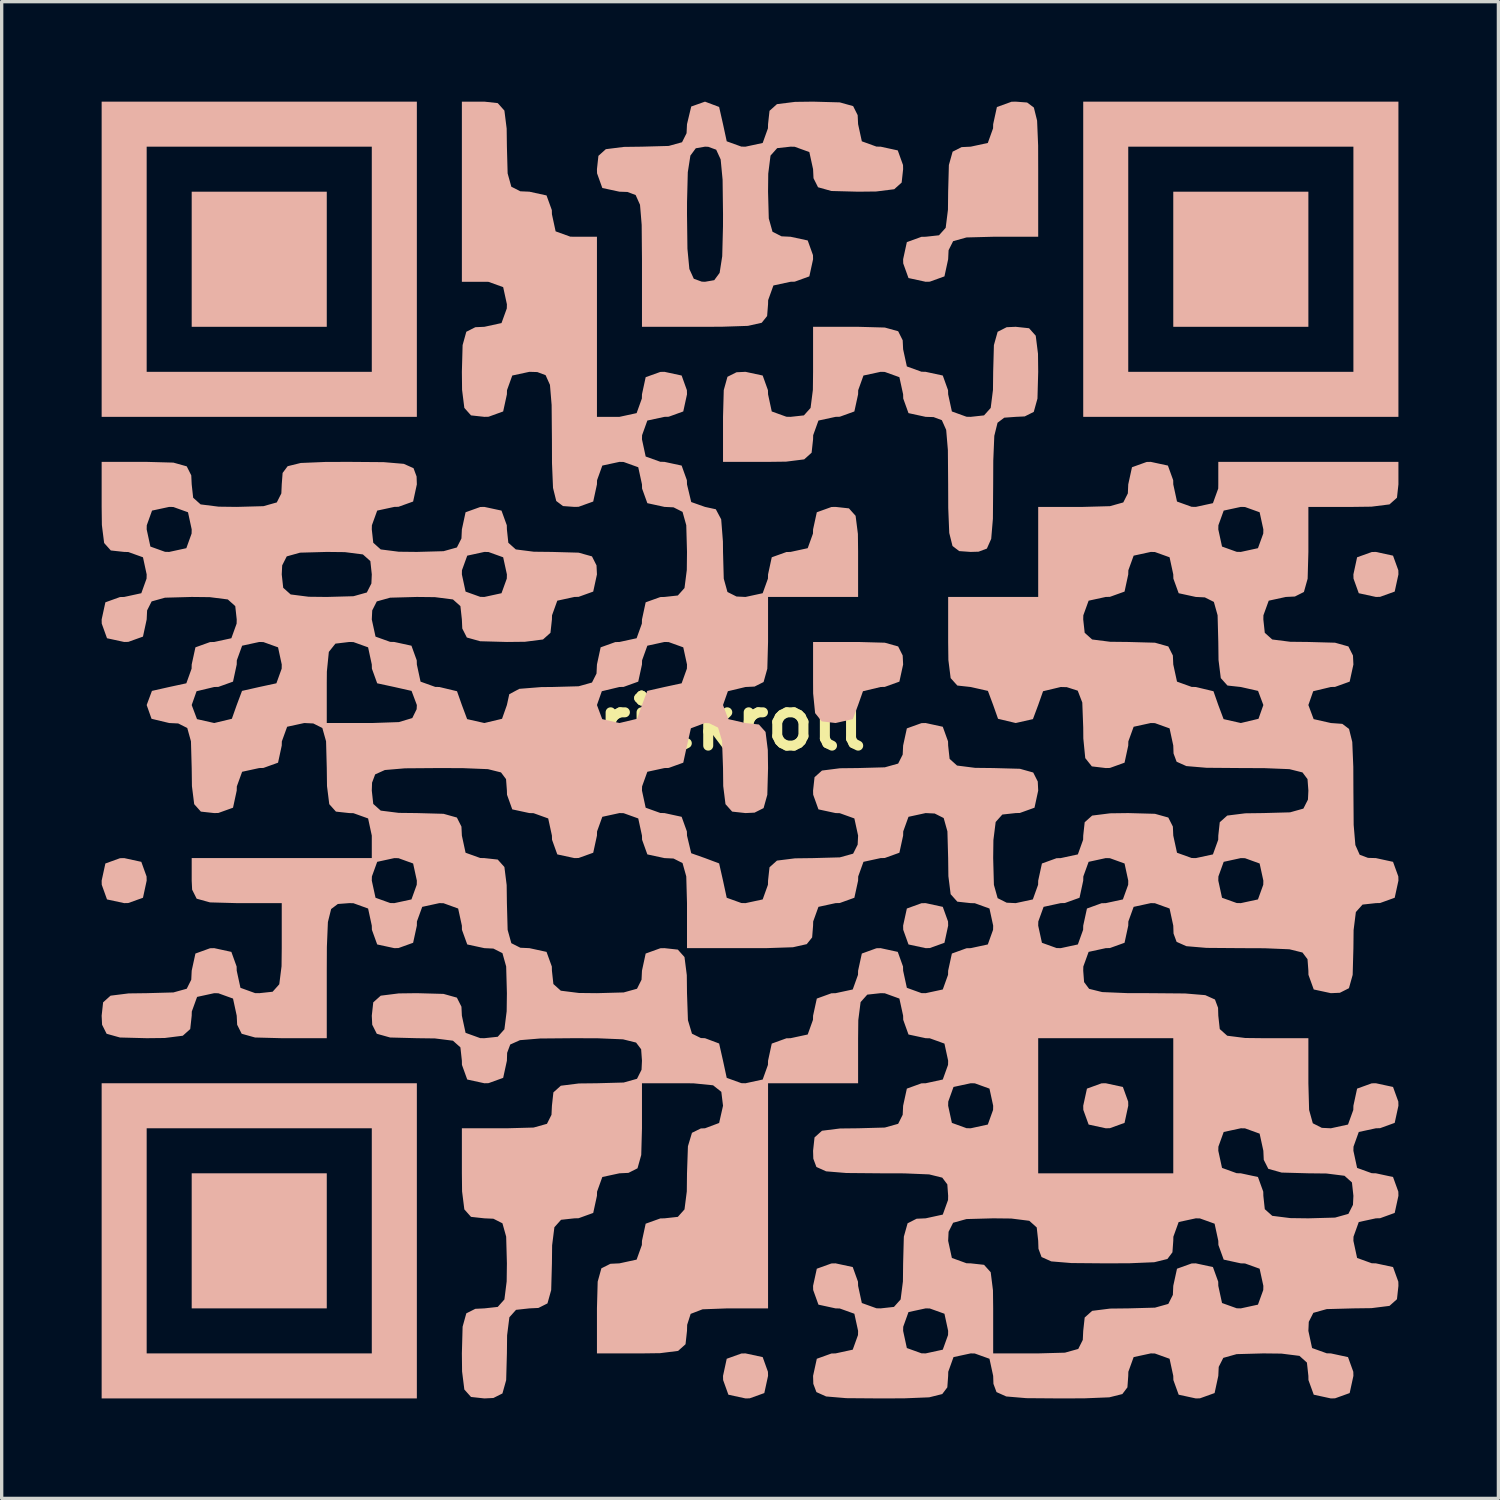
<source format=kicad_pcb>
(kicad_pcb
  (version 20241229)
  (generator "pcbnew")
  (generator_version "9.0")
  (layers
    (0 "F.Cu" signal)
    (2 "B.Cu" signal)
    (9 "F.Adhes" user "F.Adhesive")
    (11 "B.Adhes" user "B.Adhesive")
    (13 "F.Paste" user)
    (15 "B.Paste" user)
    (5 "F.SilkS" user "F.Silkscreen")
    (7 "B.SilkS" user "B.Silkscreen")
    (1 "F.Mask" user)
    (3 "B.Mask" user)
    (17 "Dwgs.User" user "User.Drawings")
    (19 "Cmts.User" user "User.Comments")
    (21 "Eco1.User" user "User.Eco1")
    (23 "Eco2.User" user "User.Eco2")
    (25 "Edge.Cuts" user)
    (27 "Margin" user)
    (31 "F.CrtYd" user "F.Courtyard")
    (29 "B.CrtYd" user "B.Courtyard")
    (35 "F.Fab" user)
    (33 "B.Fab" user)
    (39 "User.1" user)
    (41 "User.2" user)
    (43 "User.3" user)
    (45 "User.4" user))
  (footprint "rickroll"
    (layer "F.Cu")
    (at 18.915 18.645)
    (property "Reference" "rickroll" (at 0 0 0) (layer "F.SilkS") (effects (font (size 1.5 1.5) (thickness 0.3))))
    (attr board_only exclude_from_pos_files exclude_from_bom)
    (fp_poly (pts (xy -12.16 -13.916) (xy -12.16 -11.889) (xy -14.186 -11.889) (xy -16.213 -11.889) (xy -16.213 -13.916) (xy -16.213 -15.943) (xy -14.186 -15.943) (xy -12.16 -15.943)) (stroke (width 0) (type solid)) (fill yes) (layer "B.SilkS"))
    (fp_poly (pts (xy -12.16 15.537) (xy -12.16 17.564) (xy -14.186 17.564) (xy -16.213 17.564) (xy -16.213 15.537) (xy -16.213 13.511) (xy -14.186 13.511) (xy -12.16 13.511)) (stroke (width 0) (type solid)) (fill yes) (layer "B.SilkS"))
    (fp_poly (pts (xy 17.294 -13.916) (xy 17.294 -11.889) (xy 15.267 -11.889) (xy 13.24 -11.889) (xy 13.24 -13.916) (xy 13.24 -15.943) (xy 15.267 -15.943) (xy 17.294 -15.943)) (stroke (width 0) (type solid)) (fill yes) (layer "B.SilkS"))
    (fp_poly (pts (xy -17.725 4.165) (xy -17.567 4.604) (xy -17.564 4.729) (xy -17.675 5.243) (xy -18.115 5.401) (xy -18.239 5.404) (xy -18.754 5.293) (xy -18.912 4.853) (xy -18.915 4.729) (xy -18.803 4.215) (xy -18.364 4.056) (xy -18.239 4.053)) (stroke (width 0) (type solid)) (fill yes) (layer "B.SilkS"))
    (fp_poly (pts (xy 0.92 19.026) (xy 1.078 19.466) (xy 1.081 19.59) (xy 0.969 20.105) (xy 0.53 20.263) (xy 0.405 20.266) (xy -0.109 20.154) (xy -0.267 19.715) (xy -0.27 19.59) (xy -0.159 19.076) (xy 0.281 18.918) (xy 0.405 18.915)) (stroke (width 0) (type solid)) (fill yes) (layer "B.SilkS"))
    (fp_poly (pts (xy 6.324 5.516) (xy 6.482 5.955) (xy 6.485 6.08) (xy 6.374 6.594) (xy 5.934 6.752) (xy 5.81 6.755) (xy 5.295 6.644) (xy 5.137 6.204) (xy 5.134 6.08) (xy 5.246 5.566) (xy 5.685 5.407) (xy 5.81 5.404)) (stroke (width 0) (type solid)) (fill yes) (layer "B.SilkS"))
    (fp_poly (pts (xy 11.728 10.92) (xy 11.887 11.36) (xy 11.889 11.484) (xy 11.778 11.998) (xy 11.338 12.157) (xy 11.214 12.16) (xy 10.7 12.048) (xy 10.541 11.609) (xy 10.538 11.484) (xy 10.65 10.97) (xy 11.089 10.811) (xy 11.214 10.809)) (stroke (width 0) (type solid)) (fill yes) (layer "B.SilkS"))
    (fp_poly (pts (xy 19.834 -5.022) (xy 19.993 -4.583) (xy 19.996 -4.459) (xy 19.884 -3.944) (xy 19.445 -3.786) (xy 19.32 -3.783) (xy 18.806 -3.895) (xy 18.648 -4.334) (xy 18.645 -4.459) (xy 18.756 -4.973) (xy 19.196 -5.131) (xy 19.32 -5.134)) (stroke (width 0) (type solid)) (fill yes) (layer "B.SilkS"))
    (fp_poly (pts (xy 4.585 -2.41) (xy 4.985 -2.298) (xy 5.121 -2.027) (xy 5.134 -1.756) (xy 5.022 -1.242) (xy 4.583 -1.084) (xy 4.459 -1.081) (xy 3.929 -0.954) (xy 3.783 -0.54) (xy 3.625 -0.117) (xy 3.107 -0.000001) (xy 2.691 -0.05) (xy 2.493 -0.298) (xy 2.434 -0.888) (xy 2.432 -1.216) (xy 2.432 -2.432) (xy 3.783 -2.432)) (stroke (width 0) (type solid)) (fill yes) (layer "B.SilkS"))
    (fp_poly (pts (xy -9.457 -13.916) (xy -9.457 -9.187) (xy -14.186 -9.187) (xy -18.915 -9.187) (xy -18.915 -13.916) (xy -17.564 -13.916) (xy -17.564 -10.538) (xy -14.186 -10.538) (xy -10.809 -10.538) (xy -10.809 -13.916) (xy -10.809 -17.294) (xy -14.186 -17.294) (xy -17.564 -17.294) (xy -17.564 -13.916) (xy -18.915 -13.916) (xy -18.915 -18.645) (xy -14.186 -18.645) (xy -9.457 -18.645)) (stroke (width 0) (type solid)) (fill yes) (layer "B.SilkS"))
    (fp_poly (pts (xy -9.457 15.537) (xy -9.457 20.266) (xy -14.186 20.266) (xy -18.915 20.266) (xy -18.915 15.537) (xy -17.564 15.537) (xy -17.564 18.915) (xy -14.186 18.915) (xy -10.809 18.915) (xy -10.809 15.537) (xy -10.809 12.16) (xy -14.186 12.16) (xy -17.564 12.16) (xy -17.564 15.537) (xy -18.915 15.537) (xy -18.915 10.809) (xy -14.186 10.809) (xy -9.457 10.809)) (stroke (width 0) (type solid)) (fill yes) (layer "B.SilkS"))
    (fp_poly (pts (xy 19.996 -13.916) (xy 19.996 -9.187) (xy 15.267 -9.187) (xy 10.538 -9.187) (xy 10.538 -13.916) (xy 11.889 -13.916) (xy 11.889 -10.538) (xy 15.267 -10.538) (xy 18.645 -10.538) (xy 18.645 -13.916) (xy 18.645 -17.294) (xy 15.267 -17.294) (xy 11.889 -17.294) (xy 11.889 -13.916) (xy 10.538 -13.916) (xy 10.538 -18.645) (xy 15.267 -18.645) (xy 19.996 -18.645)) (stroke (width 0) (type solid)) (fill yes) (layer "B.SilkS"))
    (fp_poly (pts (xy 8.855 -18.619) (xy 9.057 -18.468) (xy 9.154 -18.076) (xy 9.185 -17.33) (xy 9.187 -16.618) (xy 9.187 -14.591) (xy 7.836 -14.591) (xy 7.034 -14.57) (xy 6.634 -14.458) (xy 6.498 -14.187) (xy 6.485 -13.916) (xy 6.374 -13.402) (xy 5.934 -13.243) (xy 5.81 -13.24) (xy 5.295 -13.352) (xy 5.137 -13.791) (xy 5.134 -13.916) (xy 5.246 -14.43) (xy 5.685 -14.589) (xy 5.81 -14.591) (xy 6.21 -14.635) (xy 6.411 -14.859) (xy 6.479 -15.4) (xy 6.485 -15.943) (xy 6.507 -16.744) (xy 6.619 -17.144) (xy 6.89 -17.281) (xy 7.161 -17.294) (xy 7.675 -17.405) (xy 7.833 -17.845) (xy 7.836 -17.969) (xy 7.948 -18.483) (xy 8.387 -18.642) (xy 8.512 -18.645)) (stroke (width 0) (type solid)) (fill yes) (layer "B.SilkS"))
    (fp_poly (pts (xy 4.585 -11.867) (xy 4.985 -11.756) (xy 5.121 -11.485) (xy 5.134 -11.214) (xy 5.246 -10.7) (xy 5.685 -10.541) (xy 5.81 -10.538) (xy 6.324 -10.427) (xy 6.482 -9.987) (xy 6.485 -9.863) (xy 6.597 -9.349) (xy 7.036 -9.19) (xy 7.161 -9.187) (xy 7.562 -9.231) (xy 7.762 -9.455) (xy 7.83 -9.996) (xy 7.836 -10.538) (xy 7.858 -11.34) (xy 7.97 -11.74) (xy 8.241 -11.877) (xy 8.512 -11.889) (xy 8.913 -11.846) (xy 9.113 -11.622) (xy 9.181 -11.081) (xy 9.187 -10.538) (xy 9.165 -9.736) (xy 9.054 -9.336) (xy 8.783 -9.2) (xy 8.512 -9.187) (xy 8.168 -9.162) (xy 7.967 -9.01) (xy 7.87 -8.618) (xy 7.839 -7.872) (xy 7.836 -7.161) (xy 7.828 -6.13) (xy 7.777 -5.526) (xy 7.647 -5.234) (xy 7.398 -5.141) (xy 7.161 -5.134) (xy 6.817 -5.159) (xy 6.616 -5.311) (xy 6.518 -5.703) (xy 6.488 -6.449) (xy 6.485 -7.161) (xy 6.477 -8.191) (xy 6.426 -8.796) (xy 6.296 -9.087) (xy 6.047 -9.18) (xy 5.81 -9.187) (xy 5.295 -9.299) (xy 5.137 -9.738) (xy 5.134 -9.863) (xy 5.022 -10.377) (xy 4.583 -10.535) (xy 4.459 -10.538) (xy 3.944 -10.427) (xy 3.786 -9.987) (xy 3.783 -9.863) (xy 3.671 -9.349) (xy 3.232 -9.19) (xy 3.107 -9.187) (xy 2.593 -9.076) (xy 2.435 -8.636) (xy 2.432 -8.512) (xy 2.388 -8.111) (xy 2.165 -7.911) (xy 1.623 -7.843) (xy 1.081 -7.836) (xy -0.27 -7.836) (xy -0.27 -9.187) (xy -0.248 -9.989) (xy -0.137 -10.389) (xy 0.134 -10.525) (xy 0.405 -10.538) (xy 0.92 -10.427) (xy 1.078 -9.987) (xy 1.081 -9.863) (xy 1.192 -9.349) (xy 1.632 -9.19) (xy 1.756 -9.187) (xy 2.157 -9.231) (xy 2.357 -9.455) (xy 2.426 -9.996) (xy 2.432 -10.538) (xy 2.432 -11.889) (xy 3.783 -11.889)) (stroke (width 0) (type solid)) (fill yes) (layer "B.SilkS"))
    (fp_poly (pts (xy 3.234 -18.623) (xy 3.634 -18.511) (xy 3.77 -18.24) (xy 3.783 -17.969) (xy 3.895 -17.455) (xy 4.334 -17.296) (xy 4.459 -17.294) (xy 4.973 -17.182) (xy 5.131 -16.743) (xy 5.134 -16.618) (xy 5.09 -16.217) (xy 4.867 -16.017) (xy 4.325 -15.949) (xy 3.783 -15.943) (xy 2.981 -15.964) (xy 2.581 -16.076) (xy 2.445 -16.347) (xy 2.432 -16.618) (xy 2.32 -17.132) (xy 1.881 -17.291) (xy 1.756 -17.294) (xy 1.355 -17.25) (xy 1.155 -17.026) (xy 1.087 -16.485) (xy 1.081 -15.943) (xy 1.103 -15.141) (xy 1.215 -14.741) (xy 1.485 -14.604) (xy 1.756 -14.591) (xy 2.271 -14.48) (xy 2.429 -14.04) (xy 2.432 -13.916) (xy 2.32 -13.402) (xy 1.881 -13.243) (xy 1.756 -13.24) (xy 1.242 -13.129) (xy 1.084 -12.689) (xy 1.081 -12.565) (xy 1.053 -12.212) (xy 0.891 -12.01) (xy 0.477 -11.917) (xy -0.306 -11.891) (xy -0.811 -11.889) (xy -2.702 -11.889) (xy -2.702 -13.916) (xy -2.711 -14.947) (xy -2.737 -15.267) (xy -1.351 -15.267) (xy -1.338 -14.231) (xy -1.28 -13.623) (xy -1.147 -13.331) (xy -0.908 -13.244) (xy -0.811 -13.24) (xy -0.534 -13.288) (xy -0.372 -13.507) (xy -0.294 -14.007) (xy -0.271 -14.902) (xy -0.27 -15.267) (xy -0.283 -16.303) (xy -0.341 -16.911) (xy -0.475 -17.203) (xy -0.713 -17.29) (xy -0.811 -17.294) (xy -1.087 -17.246) (xy -1.249 -17.027) (xy -1.327 -16.527) (xy -1.35 -15.632) (xy -1.351 -15.267) (xy -2.737 -15.267) (xy -2.761 -15.551) (xy -2.892 -15.843) (xy -3.14 -15.935) (xy -3.378 -15.943) (xy -3.892 -16.054) (xy -4.05 -16.494) (xy -4.053 -16.618) (xy -4.009 -17.019) (xy -3.786 -17.219) (xy -3.244 -17.287) (xy -2.702 -17.294) (xy -1.9 -17.316) (xy -1.5 -17.427) (xy -1.364 -17.698) (xy -1.351 -17.969) (xy -1.224 -18.499) (xy -0.811 -18.645) (xy -0.387 -18.486) (xy -0.27 -17.969) (xy -0.159 -17.455) (xy 0.281 -17.296) (xy 0.405 -17.294) (xy 0.92 -17.405) (xy 1.078 -17.845) (xy 1.081 -17.969) (xy 1.125 -18.37) (xy 1.348 -18.57) (xy 1.89 -18.638) (xy 2.432 -18.645)) (stroke (width 0) (type solid)) (fill yes) (layer "B.SilkS"))
    (fp_poly (pts (xy -7.03 -18.601) (xy -6.83 -18.377) (xy -6.762 -17.836) (xy -6.755 -17.294) (xy -6.733 -16.492) (xy -6.622 -16.092) (xy -6.351 -15.955) (xy -6.08 -15.943) (xy -5.566 -15.831) (xy -5.407 -15.392) (xy -5.404 -15.267) (xy -5.293 -14.753) (xy -4.853 -14.594) (xy -4.729 -14.591) (xy -4.053 -14.591) (xy -4.053 -11.889) (xy -4.053 -9.187) (xy -3.378 -9.187) (xy -2.863 -9.299) (xy -2.705 -9.738) (xy -2.702 -9.863) (xy -2.591 -10.377) (xy -2.151 -10.535) (xy -2.027 -10.538) (xy -1.512 -10.427) (xy -1.354 -9.987) (xy -1.351 -9.863) (xy -1.463 -9.349) (xy -1.902 -9.19) (xy -2.027 -9.187) (xy -2.541 -9.076) (xy -2.699 -8.636) (xy -2.702 -8.512) (xy -2.591 -7.997) (xy -2.151 -7.839) (xy -2.027 -7.836) (xy -1.512 -7.725) (xy -1.354 -7.285) (xy -1.351 -7.161) (xy -1.224 -6.631) (xy -0.811 -6.485) (xy -0.486 -6.414) (xy -0.325 -6.112) (xy -0.273 -5.447) (xy -0.27 -5.134) (xy -0.248 -4.332) (xy -0.137 -3.932) (xy 0.134 -3.796) (xy 0.405 -3.783) (xy 0.92 -3.895) (xy 1.078 -4.334) (xy 1.081 -4.459) (xy 1.192 -4.973) (xy 1.632 -5.131) (xy 1.756 -5.134) (xy 2.271 -5.246) (xy 2.429 -5.685) (xy 2.432 -5.81) (xy 2.544 -6.324) (xy 2.983 -6.482) (xy 3.107 -6.485) (xy 3.508 -6.441) (xy 3.708 -6.218) (xy 3.777 -5.676) (xy 3.783 -5.134) (xy 3.783 -3.783) (xy 2.432 -3.783) (xy 1.081 -3.783) (xy 1.081 -2.432) (xy 1.059 -1.63) (xy 0.947 -1.23) (xy 0.676 -1.094) (xy 0.405 -1.081) (xy -0.124 -0.954) (xy -0.27 -0.54) (xy -0.112 -0.117) (xy 0.405 -0.000001) (xy 0.806 0.044) (xy 1.006 0.267) (xy 1.074 0.809) (xy 1.081 1.351) (xy 1.059 2.153) (xy 0.947 2.553) (xy 0.676 2.689) (xy 0.405 2.702) (xy 0.004 2.658) (xy -0.196 2.435) (xy -0.264 1.893) (xy -0.27 1.351) (xy -0.299 0.541) (xy -0.419 0.137) (xy -0.686 0.006) (xy -0.811 -0.000001) (xy -1.234 0.158) (xy -1.351 0.676) (xy -1.463 1.19) (xy -1.902 1.348) (xy -2.027 1.351) (xy -2.541 1.463) (xy -2.699 1.902) (xy -2.702 2.027) (xy -2.591 2.541) (xy -2.151 2.699) (xy -2.027 2.702) (xy -1.512 2.814) (xy -1.354 3.253) (xy -1.351 3.378) (xy -1.224 3.907) (xy -0.811 4.053) (xy -0.387 4.212) (xy -0.27 4.729) (xy -0.159 5.243) (xy 0.281 5.401) (xy 0.405 5.404) (xy 0.92 5.293) (xy 1.078 4.853) (xy 1.081 4.729) (xy 1.125 4.328) (xy 1.348 4.128) (xy 1.89 4.06) (xy 2.432 4.053) (xy 3.234 4.031) (xy 3.634 3.92) (xy 3.77 3.649) (xy 3.783 3.378) (xy 3.671 2.863) (xy 3.232 2.705) (xy 3.107 2.702) (xy 2.593 2.591) (xy 2.435 2.151) (xy 2.432 2.027) (xy 2.476 1.626) (xy 2.699 1.426) (xy 3.241 1.357) (xy 3.783 1.351) (xy 4.585 1.329) (xy 4.985 1.217) (xy 5.121 0.947) (xy 5.134 0.676) (xy 5.246 0.161) (xy 5.685 0.003) (xy 5.81 -0.000001) (xy 6.324 0.112) (xy 6.482 0.551) (xy 6.485 0.676) (xy 6.529 1.076) (xy 6.752 1.276) (xy 7.294 1.345) (xy 7.836 1.351) (xy 8.638 1.373) (xy 9.038 1.485) (xy 9.174 1.755) (xy 9.187 2.027) (xy 9.076 2.541) (xy 8.636 2.699) (xy 8.512 2.702) (xy 8.111 2.746) (xy 7.911 2.969) (xy 7.843 3.511) (xy 7.836 4.053) (xy 7.858 4.855) (xy 7.97 5.255) (xy 8.241 5.391) (xy 8.512 5.404) (xy 9.026 5.293) (xy 9.184 4.853) (xy 9.187 4.729) (xy 9.299 4.215) (xy 9.738 4.056) (xy 9.863 4.053) (xy 10.377 3.942) (xy 10.535 3.502) (xy 10.538 3.378) (xy 10.582 2.977) (xy 10.806 2.777) (xy 11.347 2.709) (xy 11.889 2.702) (xy 12.691 2.724) (xy 13.091 2.836) (xy 13.228 3.107) (xy 13.24 3.378) (xy 13.352 3.892) (xy 13.791 4.05) (xy 13.916 4.053) (xy 14.43 3.942) (xy 14.589 3.502) (xy 14.591 3.378) (xy 14.635 2.977) (xy 14.859 2.777) (xy 15.4 2.709) (xy 15.943 2.702) (xy 16.744 2.68) (xy 17.144 2.568) (xy 17.281 2.298) (xy 17.294 2.027) (xy 17.268 1.683) (xy 17.117 1.482) (xy 16.725 1.384) (xy 15.979 1.354) (xy 15.267 1.351) (xy 14.236 1.343) (xy 13.632 1.292) (xy 13.34 1.161) (xy 13.248 0.913) (xy 13.24 0.676) (xy 13.129 0.161) (xy 12.689 0.003) (xy 12.565 -0.000001) (xy 12.051 0.112) (xy 11.892 0.551) (xy 11.889 0.676) (xy 11.778 1.19) (xy 11.338 1.348) (xy 11.214 1.351) (xy 10.797 1.301) (xy 10.599 1.053) (xy 10.541 0.463) (xy 10.538 0.135) (xy 10.51 -0.615) (xy 10.373 -0.971) (xy 10.045 -1.076) (xy 9.863 -1.081) (xy 9.333 -0.954) (xy 9.187 -0.54) (xy 9.029 -0.117) (xy 8.512 -0.000001) (xy 7.982 -0.127) (xy 7.836 -0.54) (xy 7.678 -0.964) (xy 7.161 -1.081) (xy 6.76 -1.125) (xy 6.56 -1.348) (xy 6.492 -1.89) (xy 6.485 -2.432) (xy 6.485 -3.107) (xy 10.538 -3.107) (xy 10.582 -2.707) (xy 10.806 -2.507) (xy 11.347 -2.438) (xy 11.889 -2.432) (xy 12.691 -2.41) (xy 13.091 -2.298) (xy 13.228 -2.027) (xy 13.24 -1.756) (xy 13.352 -1.242) (xy 13.791 -1.084) (xy 13.916 -1.081) (xy 14.446 -0.954) (xy 14.591 -0.54) (xy 14.75 -0.117) (xy 15.267 -0.000001) (xy 15.797 -0.127) (xy 15.943 -0.54) (xy 15.784 -0.964) (xy 15.267 -1.081) (xy 14.866 -1.125) (xy 14.666 -1.348) (xy 14.598 -1.89) (xy 14.591 -2.432) (xy 14.57 -3.234) (xy 14.458 -3.634) (xy 14.187 -3.77) (xy 13.916 -3.783) (xy 13.402 -3.895) (xy 13.243 -4.334) (xy 13.24 -4.459) (xy 13.129 -4.973) (xy 12.689 -5.131) (xy 12.565 -5.134) (xy 12.051 -5.022) (xy 11.892 -4.583) (xy 11.889 -4.459) (xy 11.778 -3.944) (xy 11.338 -3.786) (xy 11.214 -3.783) (xy 10.7 -3.671) (xy 10.541 -3.232) (xy 10.538 -3.107) (xy 6.485 -3.107) (xy 6.485 -3.783) (xy 7.836 -3.783) (xy 9.187 -3.783) (xy 9.187 -5.134) (xy 9.187 -5.81) (xy 14.591 -5.81) (xy 14.703 -5.295) (xy 15.143 -5.137) (xy 15.267 -5.134) (xy 15.781 -5.246) (xy 15.94 -5.685) (xy 15.943 -5.81) (xy 15.831 -6.324) (xy 15.392 -6.482) (xy 15.267 -6.485) (xy 14.753 -6.374) (xy 14.594 -5.934) (xy 14.591 -5.81) (xy 9.187 -5.81) (xy 9.187 -6.485) (xy 10.538 -6.485) (xy 11.34 -6.507) (xy 11.74 -6.619) (xy 11.877 -6.89) (xy 11.889 -7.161) (xy 12.001 -7.675) (xy 12.44 -7.833) (xy 12.565 -7.836) (xy 13.079 -7.725) (xy 13.238 -7.285) (xy 13.24 -7.161) (xy 13.352 -6.646) (xy 13.791 -6.488) (xy 13.916 -6.485) (xy 14.43 -6.597) (xy 14.589 -7.036) (xy 14.591 -7.161) (xy 14.591 -7.836) (xy 17.294 -7.836) (xy 19.996 -7.836) (xy 19.996 -7.161) (xy 19.952 -6.76) (xy 19.728 -6.56) (xy 19.187 -6.492) (xy 18.645 -6.485) (xy 17.294 -6.485) (xy 17.294 -5.134) (xy 17.272 -4.332) (xy 17.16 -3.932) (xy 16.889 -3.796) (xy 16.618 -3.783) (xy 16.104 -3.671) (xy 15.945 -3.232) (xy 15.943 -3.107) (xy 15.986 -2.707) (xy 16.21 -2.507) (xy 16.751 -2.438) (xy 17.294 -2.432) (xy 18.095 -2.41) (xy 18.495 -2.298) (xy 18.632 -2.027) (xy 18.645 -1.756) (xy 18.533 -1.242) (xy 18.094 -1.084) (xy 17.969 -1.081) (xy 17.439 -0.954) (xy 17.294 -0.54) (xy 17.452 -0.117) (xy 17.969 -0.000001) (xy 18.313 0.025) (xy 18.514 0.177) (xy 18.611 0.569) (xy 18.642 1.315) (xy 18.645 2.027) (xy 18.653 3.057) (xy 18.704 3.662) (xy 18.834 3.953) (xy 19.083 4.046) (xy 19.32 4.053) (xy 19.834 4.165) (xy 19.993 4.604) (xy 19.996 4.729) (xy 19.884 5.243) (xy 19.445 5.401) (xy 19.32 5.404) (xy 18.919 5.448) (xy 18.719 5.672) (xy 18.651 6.213) (xy 18.645 6.755) (xy 18.623 7.557) (xy 18.511 7.957) (xy 18.24 8.094) (xy 17.969 8.106) (xy 17.455 7.995) (xy 17.296 7.555) (xy 17.294 7.431) (xy 17.268 7.087) (xy 17.117 6.886) (xy 16.725 6.789) (xy 15.979 6.758) (xy 15.267 6.755) (xy 14.236 6.747) (xy 13.632 6.696) (xy 13.34 6.566) (xy 13.248 6.317) (xy 13.24 6.08) (xy 13.129 5.566) (xy 12.689 5.407) (xy 12.565 5.404) (xy 12.051 5.516) (xy 11.892 5.955) (xy 11.889 6.08) (xy 11.778 6.594) (xy 11.338 6.752) (xy 11.214 6.755) (xy 10.7 6.867) (xy 10.541 7.306) (xy 10.538 7.431) (xy 10.564 7.774) (xy 10.715 7.976) (xy 11.107 8.073) (xy 11.853 8.104) (xy 12.565 8.106) (xy 13.596 8.115) (xy 14.2 8.165) (xy 14.491 8.296) (xy 14.584 8.545) (xy 14.591 8.782) (xy 14.635 9.183) (xy 14.859 9.383) (xy 15.4 9.451) (xy 15.943 9.457) (xy 17.294 9.457) (xy 17.294 10.809) (xy 17.316 11.61) (xy 17.427 12.01) (xy 17.698 12.147) (xy 17.969 12.16) (xy 18.483 12.048) (xy 18.642 11.609) (xy 18.645 11.484) (xy 18.756 10.97) (xy 19.196 10.811) (xy 19.32 10.809) (xy 19.834 10.92) (xy 19.993 11.36) (xy 19.996 11.484) (xy 19.884 11.998) (xy 19.445 12.157) (xy 19.32 12.16) (xy 18.806 12.271) (xy 18.648 12.711) (xy 18.645 12.835) (xy 18.756 13.349) (xy 19.196 13.508) (xy 19.32 13.511) (xy 19.834 13.622) (xy 19.993 14.062) (xy 19.996 14.186) (xy 19.884 14.7) (xy 19.445 14.859) (xy 19.32 14.862) (xy 18.806 14.973) (xy 18.648 15.413) (xy 18.645 15.537) (xy 18.756 16.051) (xy 19.196 16.21) (xy 19.32 16.213) (xy 19.834 16.324) (xy 19.993 16.764) (xy 19.996 16.888) (xy 19.952 17.289) (xy 19.728 17.489) (xy 19.187 17.557) (xy 18.645 17.564) (xy 17.843 17.586) (xy 17.443 17.698) (xy 17.306 17.968) (xy 17.294 18.239) (xy 17.405 18.754) (xy 17.845 18.912) (xy 17.969 18.915) (xy 18.483 19.026) (xy 18.642 19.466) (xy 18.645 19.59) (xy 18.533 20.105) (xy 18.094 20.263) (xy 17.969 20.266) (xy 17.455 20.154) (xy 17.296 19.715) (xy 17.294 19.59) (xy 17.25 19.19) (xy 17.026 18.989) (xy 16.485 18.921) (xy 15.943 18.915) (xy 15.141 18.937) (xy 14.741 19.049) (xy 14.604 19.319) (xy 14.591 19.59) (xy 14.48 20.105) (xy 14.04 20.263) (xy 13.916 20.266) (xy 13.402 20.154) (xy 13.243 19.715) (xy 13.24 19.59) (xy 13.129 19.076) (xy 12.689 18.918) (xy 12.565 18.915) (xy 12.051 19.026) (xy 11.892 19.466) (xy 11.889 19.59) (xy 11.864 19.934) (xy 11.712 20.135) (xy 11.321 20.233) (xy 10.575 20.263) (xy 9.863 20.266) (xy 8.832 20.258) (xy 8.228 20.207) (xy 7.936 20.076) (xy 7.844 19.828) (xy 7.836 19.59) (xy 7.725 19.076) (xy 7.285 18.918) (xy 7.161 18.915) (xy 6.646 19.026) (xy 6.488 19.466) (xy 6.485 19.59) (xy 6.46 19.934) (xy 6.308 20.135) (xy 5.916 20.233) (xy 5.17 20.263) (xy 4.459 20.266) (xy 3.428 20.258) (xy 2.823 20.207) (xy 2.532 20.076) (xy 2.439 19.828) (xy 2.432 19.59) (xy 2.544 19.076) (xy 2.983 18.918) (xy 3.107 18.915) (xy 3.622 18.803) (xy 3.78 18.364) (xy 3.783 18.239) (xy 5.134 18.239) (xy 5.246 18.754) (xy 5.685 18.912) (xy 5.81 18.915) (xy 6.324 18.803) (xy 6.482 18.364) (xy 6.485 18.239) (xy 6.374 17.725) (xy 5.934 17.567) (xy 5.81 17.564) (xy 5.295 17.675) (xy 5.137 18.115) (xy 5.134 18.239) (xy 3.783 18.239) (xy 3.671 17.725) (xy 3.232 17.567) (xy 3.107 17.564) (xy 2.593 17.452) (xy 2.435 17.013) (xy 2.432 16.888) (xy 2.544 16.374) (xy 2.983 16.216) (xy 3.107 16.213) (xy 3.622 16.324) (xy 3.78 16.764) (xy 3.783 16.888) (xy 3.895 17.403) (xy 4.334 17.561) (xy 4.459 17.564) (xy 4.859 17.52) (xy 5.059 17.296) (xy 5.128 16.755) (xy 5.134 16.213) (xy 5.152 15.537) (xy 6.485 15.537) (xy 6.597 16.051) (xy 7.036 16.21) (xy 7.161 16.213) (xy 7.562 16.257) (xy 7.762 16.48) (xy 7.83 17.022) (xy 7.836 17.564) (xy 7.836 18.915) (xy 9.187 18.915) (xy 9.989 18.893) (xy 10.389 18.781) (xy 10.525 18.51) (xy 10.538 18.239) (xy 10.582 17.838) (xy 10.806 17.638) (xy 11.347 17.57) (xy 11.889 17.564) (xy 12.691 17.542) (xy 13.091 17.43) (xy 13.228 17.159) (xy 13.24 16.888) (xy 13.352 16.374) (xy 13.791 16.216) (xy 13.916 16.213) (xy 14.43 16.324) (xy 14.589 16.764) (xy 14.591 16.888) (xy 14.703 17.403) (xy 15.143 17.561) (xy 15.267 17.564) (xy 15.781 17.452) (xy 15.94 17.013) (xy 15.943 16.888) (xy 15.831 16.374) (xy 15.392 16.216) (xy 15.267 16.213) (xy 14.753 16.101) (xy 14.594 15.662) (xy 14.591 15.537) (xy 14.48 15.023) (xy 14.04 14.865) (xy 13.916 14.862) (xy 13.402 14.973) (xy 13.243 15.413) (xy 13.24 15.537) (xy 13.215 15.881) (xy 13.064 16.082) (xy 12.672 16.179) (xy 11.926 16.21) (xy 11.214 16.213) (xy 10.183 16.204) (xy 9.579 16.154) (xy 9.287 16.023) (xy 9.195 15.775) (xy 9.187 15.537) (xy 9.143 15.136) (xy 8.92 14.936) (xy 8.378 14.868) (xy 7.836 14.862) (xy 7.034 14.884) (xy 6.634 14.995) (xy 6.498 15.266) (xy 6.485 15.537) (xy 5.152 15.537) (xy 5.156 15.411) (xy 5.268 15.011) (xy 5.538 14.874) (xy 5.81 14.862) (xy 6.324 14.75) (xy 6.482 14.311) (xy 6.485 14.186) (xy 6.46 13.843) (xy 6.308 13.641) (xy 5.916 13.544) (xy 5.17 13.513) (xy 4.459 13.511) (xy 3.428 13.502) (xy 2.823 13.452) (xy 2.532 13.321) (xy 2.439 13.072) (xy 2.432 12.835) (xy 2.476 12.434) (xy 2.699 12.234) (xy 3.241 12.166) (xy 3.783 12.16) (xy 4.585 12.138) (xy 4.985 12.026) (xy 5.121 11.755) (xy 5.134 11.484) (xy 6.485 11.484) (xy 6.597 11.998) (xy 7.036 12.157) (xy 7.161 12.16) (xy 7.675 12.048) (xy 7.833 11.609) (xy 7.836 11.484) (xy 9.187 11.484) (xy 9.187 13.511) (xy 11.214 13.511) (xy 13.24 13.511) (xy 13.24 12.835) (xy 14.591 12.835) (xy 14.703 13.349) (xy 15.143 13.508) (xy 15.267 13.511) (xy 15.781 13.622) (xy 15.94 14.062) (xy 15.943 14.186) (xy 15.986 14.587) (xy 16.21 14.787) (xy 16.751 14.855) (xy 17.294 14.862) (xy 18.095 14.84) (xy 18.495 14.728) (xy 18.632 14.457) (xy 18.645 14.186) (xy 18.601 13.785) (xy 18.377 13.585) (xy 17.836 13.517) (xy 17.294 13.511) (xy 16.492 13.489) (xy 16.092 13.377) (xy 15.955 13.106) (xy 15.943 12.835) (xy 15.831 12.321) (xy 15.392 12.162) (xy 15.267 12.16) (xy 14.753 12.271) (xy 14.594 12.711) (xy 14.591 12.835) (xy 13.24 12.835) (xy 13.24 11.484) (xy 13.24 9.457) (xy 11.214 9.457) (xy 9.187 9.457) (xy 9.187 11.484) (xy 7.836 11.484) (xy 7.725 10.97) (xy 7.285 10.811) (xy 7.161 10.809) (xy 6.646 10.92) (xy 6.488 11.36) (xy 6.485 11.484) (xy 5.134 11.484) (xy 5.246 10.97) (xy 5.685 10.811) (xy 5.81 10.809) (xy 6.324 10.697) (xy 6.482 10.257) (xy 6.485 10.133) (xy 6.374 9.619) (xy 5.934 9.46) (xy 5.81 9.457) (xy 5.295 9.346) (xy 5.137 8.906) (xy 5.134 8.782) (xy 5.022 8.268) (xy 4.583 8.109) (xy 4.459 8.106) (xy 4.058 8.15) (xy 3.858 8.374) (xy 3.789 8.915) (xy 3.783 9.457) (xy 3.783 10.809) (xy 2.432 10.809) (xy 1.081 10.809) (xy 1.081 14.186) (xy 1.081 17.564) (xy -0.135 17.564) (xy -0.885 17.592) (xy -1.241 17.729) (xy -1.346 18.057) (xy -1.351 18.239) (xy -1.395 18.64) (xy -1.618 18.84) (xy -2.16 18.908) (xy -2.702 18.915) (xy -4.053 18.915) (xy -4.053 17.564) (xy -4.031 16.762) (xy -3.92 16.362) (xy -3.649 16.226) (xy -3.378 16.213) (xy -2.863 16.101) (xy -2.705 15.662) (xy -2.702 15.537) (xy -2.591 15.023) (xy -2.151 14.865) (xy -2.027 14.862) (xy -1.626 14.818) (xy -1.426 14.594) (xy -1.357 14.053) (xy -1.351 13.511) (xy -1.323 12.7) (xy -1.202 12.296) (xy -0.936 12.165) (xy -0.811 12.16) (xy -0.387 12.001) (xy -0.27 11.484) (xy -0.321 11.067) (xy -0.568 10.87) (xy -1.158 10.811) (xy -1.486 10.809) (xy -2.702 10.809) (xy -2.702 12.16) (xy -2.724 12.961) (xy -2.836 13.361) (xy -3.107 13.498) (xy -3.378 13.511) (xy -3.892 13.622) (xy -4.05 14.062) (xy -4.053 14.186) (xy -4.165 14.7) (xy -4.604 14.859) (xy -4.729 14.862) (xy -5.13 14.906) (xy -5.33 15.129) (xy -5.398 15.671) (xy -5.404 16.213) (xy -5.426 17.015) (xy -5.538 17.415) (xy -5.809 17.551) (xy -6.08 17.564) (xy -6.481 17.608) (xy -6.681 17.831) (xy -6.749 18.373) (xy -6.755 18.915) (xy -6.777 19.717) (xy -6.889 20.117) (xy -7.16 20.253) (xy -7.431 20.266) (xy -7.832 20.222) (xy -8.032 19.999) (xy -8.1 19.457) (xy -8.106 18.915) (xy -8.084 18.113) (xy -7.973 17.713) (xy -7.702 17.577) (xy -7.431 17.564) (xy -7.03 17.52) (xy -6.83 17.296) (xy -6.762 16.755) (xy -6.755 16.213) (xy -6.777 15.411) (xy -6.889 15.011) (xy -7.16 14.874) (xy -7.431 14.862) (xy -7.832 14.818) (xy -8.032 14.594) (xy -8.1 14.053) (xy -8.106 13.511) (xy -8.106 12.16) (xy -6.755 12.16) (xy -5.953 12.138) (xy -5.553 12.026) (xy -5.417 11.755) (xy -5.404 11.484) (xy -5.36 11.083) (xy -5.137 10.883) (xy -4.595 10.815) (xy -4.053 10.809) (xy -3.251 10.787) (xy -2.851 10.675) (xy -2.715 10.404) (xy -2.702 10.133) (xy -2.727 9.789) (xy -2.879 9.588) (xy -3.271 9.491) (xy -4.017 9.46) (xy -4.729 9.457) (xy -5.76 9.466) (xy -6.364 9.516) (xy -6.655 9.647) (xy -6.748 9.896) (xy -6.755 10.133) (xy -6.867 10.647) (xy -7.306 10.806) (xy -7.431 10.809) (xy -7.945 10.697) (xy -8.104 10.257) (xy -8.106 10.133) (xy -8.15 9.732) (xy -8.374 9.532) (xy -8.915 9.464) (xy -9.457 9.457) (xy -10.259 9.436) (xy -10.659 9.324) (xy -10.796 9.053) (xy -10.809 8.782) (xy -10.765 8.381) (xy -10.541 8.181) (xy -10 8.113) (xy -9.457 8.106) (xy -8.656 8.128) (xy -8.256 8.24) (xy -8.119 8.511) (xy -8.106 8.782) (xy -7.995 9.296) (xy -7.555 9.455) (xy -7.431 9.457) (xy -7.03 9.414) (xy -6.83 9.19) (xy -6.762 8.649) (xy -6.755 8.106) (xy -6.777 7.305) (xy -6.889 6.905) (xy -7.16 6.768) (xy -7.431 6.755) (xy -7.945 6.644) (xy -8.104 6.204) (xy -8.106 6.08) (xy -8.218 5.566) (xy -8.657 5.407) (xy -8.782 5.404) (xy -9.296 5.516) (xy -9.455 5.955) (xy -9.457 6.08) (xy -9.569 6.594) (xy -10.008 6.752) (xy -10.133 6.755) (xy -10.647 6.644) (xy -10.806 6.204) (xy -10.809 6.08) (xy -10.92 5.566) (xy -11.36 5.407) (xy -11.484 5.404) (xy -11.828 5.43) (xy -12.029 5.581) (xy -12.126 5.973) (xy -12.157 6.719) (xy -12.16 7.431) (xy -12.16 9.457) (xy -13.511 9.457) (xy -14.312 9.436) (xy -14.713 9.324) (xy -14.849 9.053) (xy -14.862 8.782) (xy -14.973 8.268) (xy -15.413 8.109) (xy -15.537 8.106) (xy -16.051 8.218) (xy -16.21 8.657) (xy -16.213 8.782) (xy -16.257 9.183) (xy -16.48 9.383) (xy -17.022 9.451) (xy -17.564 9.457) (xy -18.366 9.436) (xy -18.766 9.324) (xy -18.902 9.053) (xy -18.915 8.782) (xy -18.871 8.381) (xy -18.648 8.181) (xy -18.106 8.113) (xy -17.564 8.106) (xy -16.762 8.084) (xy -16.362 7.973) (xy -16.226 7.702) (xy -16.213 7.431) (xy -16.101 6.917) (xy -15.662 6.758) (xy -15.537 6.755) (xy -15.023 6.867) (xy -14.865 7.306) (xy -14.862 7.431) (xy -14.75 7.945) (xy -14.311 8.104) (xy -14.186 8.106) (xy -13.785 8.063) (xy -13.585 7.839) (xy -13.517 7.298) (xy -13.511 6.755) (xy -13.511 5.404) (xy -14.862 5.404) (xy -15.664 5.382) (xy -16.064 5.271) (xy -16.2 5) (xy -16.213 4.729) (xy -10.809 4.729) (xy -10.697 5.243) (xy -10.257 5.401) (xy -10.133 5.404) (xy -9.619 5.293) (xy -9.46 4.853) (xy -9.457 4.729) (xy -9.569 4.215) (xy -10.008 4.056) (xy -10.133 4.053) (xy -10.647 4.165) (xy -10.806 4.604) (xy -10.809 4.729) (xy -16.213 4.729) (xy -16.213 4.053) (xy -13.511 4.053) (xy -10.809 4.053) (xy -10.809 3.378) (xy -10.92 2.863) (xy -11.36 2.705) (xy -11.484 2.702) (xy -11.885 2.658) (xy -12.085 2.435) (xy -12.136 2.027) (xy -10.809 2.027) (xy -10.765 2.428) (xy -10.541 2.628) (xy -10 2.696) (xy -9.457 2.702) (xy -8.656 2.724) (xy -8.256 2.836) (xy -8.119 3.107) (xy -8.106 3.378) (xy -7.995 3.892) (xy -7.555 4.05) (xy -7.431 4.053) (xy -7.03 4.097) (xy -6.83 4.321) (xy -6.762 4.862) (xy -6.755 5.404) (xy -6.733 6.206) (xy -6.622 6.606) (xy -6.351 6.743) (xy -6.08 6.755) (xy -5.566 6.867) (xy -5.407 7.306) (xy -5.404 7.431) (xy -5.36 7.832) (xy -5.137 8.032) (xy -4.595 8.1) (xy -4.053 8.106) (xy -3.251 8.084) (xy -2.851 7.973) (xy -2.715 7.702) (xy -2.702 7.431) (xy -2.591 6.917) (xy -2.151 6.758) (xy -2.027 6.755) (xy -1.626 6.799) (xy -1.426 7.023) (xy -1.357 7.564) (xy -1.351 8.106) (xy -1.323 8.917) (xy -1.202 9.321) (xy -0.936 9.452) (xy -0.811 9.457) (xy -0.387 9.616) (xy -0.27 10.133) (xy -0.159 10.647) (xy 0.281 10.806) (xy 0.405 10.809) (xy 0.92 10.697) (xy 1.078 10.257) (xy 1.081 10.133) (xy 1.192 9.619) (xy 1.632 9.46) (xy 1.756 9.457) (xy 2.271 9.346) (xy 2.429 8.906) (xy 2.432 8.782) (xy 2.544 8.268) (xy 2.983 8.109) (xy 3.107 8.106) (xy 3.622 7.995) (xy 3.78 7.555) (xy 3.783 7.431) (xy 3.895 6.917) (xy 4.334 6.758) (xy 4.459 6.755) (xy 4.973 6.867) (xy 5.131 7.306) (xy 5.134 7.431) (xy 5.246 7.945) (xy 5.685 8.104) (xy 5.81 8.106) (xy 6.324 7.995) (xy 6.482 7.555) (xy 6.485 7.431) (xy 6.597 6.917) (xy 7.036 6.758) (xy 7.161 6.755) (xy 7.675 6.644) (xy 7.833 6.204) (xy 7.836 6.08) (xy 9.187 6.08) (xy 9.299 6.594) (xy 9.738 6.752) (xy 9.863 6.755) (xy 10.377 6.644) (xy 10.535 6.204) (xy 10.538 6.08) (xy 10.65 5.566) (xy 11.089 5.407) (xy 11.214 5.404) (xy 11.728 5.293) (xy 11.887 4.853) (xy 11.889 4.729) (xy 14.591 4.729) (xy 14.703 5.243) (xy 15.143 5.401) (xy 15.267 5.404) (xy 15.781 5.293) (xy 15.94 4.853) (xy 15.943 4.729) (xy 15.831 4.215) (xy 15.392 4.056) (xy 15.267 4.053) (xy 14.753 4.165) (xy 14.594 4.604) (xy 14.591 4.729) (xy 11.889 4.729) (xy 11.778 4.215) (xy 11.338 4.056) (xy 11.214 4.053) (xy 10.7 4.165) (xy 10.541 4.604) (xy 10.538 4.729) (xy 10.427 5.243) (xy 9.987 5.401) (xy 9.863 5.404) (xy 9.349 5.516) (xy 9.19 5.955) (xy 9.187 6.08) (xy 7.836 6.08) (xy 7.725 5.566) (xy 7.285 5.407) (xy 7.161 5.404) (xy 6.76 5.36) (xy 6.56 5.137) (xy 6.492 4.595) (xy 6.485 4.053) (xy 6.463 3.251) (xy 6.351 2.851) (xy 6.081 2.715) (xy 5.81 2.702) (xy 5.295 2.814) (xy 5.137 3.253) (xy 5.134 3.378) (xy 5.022 3.892) (xy 4.583 4.05) (xy 4.459 4.053) (xy 3.944 4.165) (xy 3.786 4.604) (xy 3.783 4.729) (xy 3.671 5.243) (xy 3.232 5.401) (xy 3.107 5.404) (xy 2.593 5.516) (xy 2.435 5.955) (xy 2.432 6.08) (xy 2.404 6.433) (xy 2.242 6.635) (xy 1.828 6.728) (xy 1.045 6.754) (xy 0.54 6.755) (xy -1.351 6.755) (xy -1.351 5.404) (xy -1.373 4.602) (xy -1.485 4.202) (xy -1.755 4.066) (xy -2.027 4.053) (xy -2.541 3.942) (xy -2.699 3.502) (xy -2.702 3.378) (xy -2.814 2.863) (xy -3.253 2.705) (xy -3.378 2.702) (xy -3.892 2.814) (xy -4.05 3.253) (xy -4.053 3.378) (xy -4.165 3.892) (xy -4.604 4.05) (xy -4.729 4.053) (xy -5.243 3.942) (xy -5.401 3.502) (xy -5.404 3.378) (xy -5.516 2.863) (xy -5.955 2.705) (xy -6.08 2.702) (xy -6.594 2.591) (xy -6.752 2.151) (xy -6.755 2.027) (xy -6.781 1.683) (xy -6.932 1.482) (xy -7.324 1.384) (xy -8.07 1.354) (xy -8.782 1.351) (xy -9.813 1.359) (xy -10.417 1.41) (xy -10.708 1.541) (xy -10.801 1.789) (xy -10.809 2.027) (xy -12.136 2.027) (xy -12.153 1.893) (xy -12.16 1.351) (xy -12.181 0.549) (xy -12.293 0.149) (xy -12.564 0.013) (xy -12.835 -0.000001) (xy -13.349 0.112) (xy -13.508 0.551) (xy -13.511 0.676) (xy -13.622 1.19) (xy -14.062 1.348) (xy -14.186 1.351) (xy -14.7 1.463) (xy -14.859 1.902) (xy -14.862 2.027) (xy -14.973 2.541) (xy -15.413 2.699) (xy -15.537 2.702) (xy -15.938 2.658) (xy -16.138 2.435) (xy -16.206 1.893) (xy -16.213 1.351) (xy -16.235 0.549) (xy -16.346 0.149) (xy -16.617 0.013) (xy -16.888 -0.000001) (xy -17.418 -0.127) (xy -17.564 -0.54) (xy -16.213 -0.54) (xy -16.054 -0.117) (xy -15.537 -0.000001) (xy -15.008 -0.127) (xy -14.862 -0.54) (xy -14.703 -0.964) (xy -14.186 -1.081) (xy -13.672 -1.192) (xy -13.663 -1.216) (xy -12.16 -1.216) (xy -12.16 -0.000001) (xy -10.809 -0.000001) (xy -9.998 -0.028) (xy -9.594 -0.149) (xy -9.463 -0.415) (xy -9.457 -0.54) (xy -9.616 -0.964) (xy -10.133 -1.081) (xy -10.647 -1.192) (xy -10.806 -1.632) (xy -10.809 -1.756) (xy -10.92 -2.271) (xy -11.36 -2.429) (xy -11.484 -2.432) (xy -11.901 -2.382) (xy -12.098 -2.134) (xy -12.157 -1.544) (xy -12.16 -1.216) (xy -13.663 -1.216) (xy -13.513 -1.632) (xy -13.511 -1.756) (xy -13.622 -2.271) (xy -14.062 -2.429) (xy -14.186 -2.432) (xy -14.7 -2.32) (xy -14.859 -1.881) (xy -14.862 -1.756) (xy -14.973 -1.242) (xy -15.413 -1.084) (xy -15.537 -1.081) (xy -16.067 -0.954) (xy -16.213 -0.54) (xy -17.564 -0.54) (xy -17.406 -0.964) (xy -16.888 -1.081) (xy -16.374 -1.192) (xy -16.216 -1.632) (xy -16.213 -1.756) (xy -16.101 -2.271) (xy -15.662 -2.429) (xy -15.537 -2.432) (xy -15.023 -2.544) (xy -14.865 -2.983) (xy -14.862 -3.107) (xy -14.906 -3.508) (xy -15.129 -3.708) (xy -15.671 -3.777) (xy -16.213 -3.783) (xy -17.015 -3.761) (xy -17.415 -3.649) (xy -17.551 -3.379) (xy -17.564 -3.107) (xy -17.675 -2.593) (xy -18.115 -2.435) (xy -18.239 -2.432) (xy -18.754 -2.544) (xy -18.912 -2.983) (xy -18.915 -3.107) (xy -18.803 -3.622) (xy -18.364 -3.78) (xy -18.239 -3.783) (xy -17.725 -3.895) (xy -17.567 -4.334) (xy -17.564 -4.459) (xy -13.511 -4.459) (xy -13.467 -4.058) (xy -13.243 -3.858) (xy -12.702 -3.789) (xy -12.16 -3.783) (xy -11.358 -3.805) (xy -10.958 -3.917) (xy -10.821 -4.187) (xy -10.809 -4.459) (xy -8.106 -4.459) (xy -7.995 -3.944) (xy -7.555 -3.786) (xy -7.431 -3.783) (xy -6.917 -3.895) (xy -6.758 -4.334) (xy -6.755 -4.459) (xy -6.867 -4.973) (xy -7.306 -5.131) (xy -7.431 -5.134) (xy -7.945 -5.022) (xy -8.104 -4.583) (xy -8.106 -4.459) (xy -10.809 -4.459) (xy -10.852 -4.859) (xy -11.076 -5.059) (xy -11.617 -5.128) (xy -12.16 -5.134) (xy -12.961 -5.112) (xy -13.361 -5) (xy -13.498 -4.73) (xy -13.511 -4.459) (xy -17.564 -4.459) (xy -17.675 -4.973) (xy -18.115 -5.131) (xy -18.239 -5.134) (xy -18.64 -5.178) (xy -18.84 -5.401) (xy -18.892 -5.81) (xy -17.564 -5.81) (xy -17.452 -5.295) (xy -17.013 -5.137) (xy -16.888 -5.134) (xy -16.374 -5.246) (xy -16.216 -5.685) (xy -16.213 -5.81) (xy -16.324 -6.324) (xy -16.764 -6.482) (xy -16.888 -6.485) (xy -17.403 -6.374) (xy -17.561 -5.934) (xy -17.564 -5.81) (xy -18.892 -5.81) (xy -18.908 -5.943) (xy -18.915 -6.485) (xy -18.915 -7.836) (xy -17.564 -7.836) (xy -16.762 -7.814) (xy -16.362 -7.702) (xy -16.226 -7.432) (xy -16.213 -7.161) (xy -16.169 -6.76) (xy -15.945 -6.56) (xy -15.404 -6.492) (xy -14.862 -6.485) (xy -14.06 -6.507) (xy -13.66 -6.619) (xy -13.523 -6.89) (xy -13.511 -7.161) (xy -13.485 -7.504) (xy -13.334 -7.706) (xy -12.942 -7.803) (xy -12.196 -7.834) (xy -11.484 -7.836) (xy -10.453 -7.828) (xy -9.849 -7.777) (xy -9.557 -7.647) (xy -9.465 -7.398) (xy -9.457 -7.161) (xy -9.569 -6.646) (xy -10.008 -6.488) (xy -10.133 -6.485) (xy -10.647 -6.374) (xy -10.806 -5.934) (xy -10.809 -5.81) (xy -10.765 -5.409) (xy -10.541 -5.209) (xy -10 -5.14) (xy -9.457 -5.134) (xy -8.656 -5.156) (xy -8.256 -5.268) (xy -8.119 -5.538) (xy -8.106 -5.81) (xy -7.995 -6.324) (xy -7.555 -6.482) (xy -7.431 -6.485) (xy -6.917 -6.374) (xy -6.758 -5.934) (xy -6.755 -5.81) (xy -6.712 -5.409) (xy -6.488 -5.209) (xy -5.946 -5.14) (xy -5.404 -5.134) (xy -4.602 -5.112) (xy -4.202 -5) (xy -4.066 -4.73) (xy -4.053 -4.459) (xy -4.165 -3.944) (xy -4.604 -3.786) (xy -4.729 -3.783) (xy -5.243 -3.671) (xy -5.401 -3.232) (xy -5.404 -3.107) (xy -5.448 -2.707) (xy -5.672 -2.507) (xy -6.213 -2.438) (xy -6.755 -2.432) (xy -7.557 -2.454) (xy -7.957 -2.566) (xy -8.094 -2.836) (xy -8.106 -3.107) (xy -8.15 -3.508) (xy -8.374 -3.708) (xy -8.915 -3.777) (xy -9.457 -3.783) (xy -10.259 -3.761) (xy -10.659 -3.649) (xy -10.796 -3.379) (xy -10.809 -3.107) (xy -10.697 -2.593) (xy -10.257 -2.435) (xy -10.133 -2.432) (xy -9.619 -2.32) (xy -9.46 -1.881) (xy -9.457 -1.756) (xy -9.346 -1.242) (xy -8.906 -1.084) (xy -8.782 -1.081) (xy -8.252 -0.954) (xy -8.106 -0.54) (xy -7.948 -0.117) (xy -7.431 -0.000001) (xy -6.901 -0.127) (xy -6.755 -0.54) (xy -4.053 -0.54) (xy -3.895 -0.117) (xy -3.378 -0.000001) (xy -2.848 -0.127) (xy -2.702 -0.54) (xy -2.544 -0.964) (xy -2.027 -1.081) (xy -1.512 -1.192) (xy -1.354 -1.632) (xy -1.351 -1.756) (xy -1.463 -2.271) (xy -1.902 -2.429) (xy -2.027 -2.432) (xy -2.541 -2.32) (xy -2.699 -1.881) (xy -2.702 -1.756) (xy -2.814 -1.242) (xy -3.253 -1.084) (xy -3.378 -1.081) (xy -3.907 -0.954) (xy -4.053 -0.54) (xy -6.755 -0.54) (xy -6.684 -0.865) (xy -6.382 -1.026) (xy -5.717 -1.079) (xy -5.404 -1.081) (xy -4.602 -1.103) (xy -4.202 -1.215) (xy -4.066 -1.485) (xy -4.053 -1.756) (xy -3.942 -2.271) (xy -3.502 -2.429) (xy -3.378 -2.432) (xy -2.863 -2.544) (xy -2.705 -2.983) (xy -2.702 -3.107) (xy -2.591 -3.622) (xy -2.151 -3.78) (xy -2.027 -3.783) (xy -1.626 -3.827) (xy -1.426 -4.05) (xy -1.357 -4.592) (xy -1.351 -5.134) (xy -1.373 -5.936) (xy -1.485 -6.336) (xy -1.755 -6.472) (xy -2.027 -6.485) (xy -2.541 -6.597) (xy -2.699 -7.036) (xy -2.702 -7.161) (xy -2.814 -7.675) (xy -3.253 -7.833) (xy -3.378 -7.836) (xy -3.892 -7.725) (xy -4.05 -7.285) (xy -4.053 -7.161) (xy -4.165 -6.646) (xy -4.604 -6.488) (xy -4.729 -6.485) (xy -5.072 -6.51) (xy -5.274 -6.662) (xy -5.371 -7.054) (xy -5.402 -7.8) (xy -5.404 -8.512) (xy -5.413 -9.543) (xy -5.463 -10.147) (xy -5.594 -10.438) (xy -5.843 -10.531) (xy -6.08 -10.538) (xy -6.594 -10.427) (xy -6.752 -9.987) (xy -6.755 -9.863) (xy -6.867 -9.349) (xy -7.306 -9.19) (xy -7.431 -9.187) (xy -7.832 -9.231) (xy -8.032 -9.455) (xy -8.1 -9.996) (xy -8.106 -10.538) (xy -8.084 -11.34) (xy -7.973 -11.74) (xy -7.702 -11.877) (xy -7.431 -11.889) (xy -6.917 -12.001) (xy -6.758 -12.44) (xy -6.755 -12.565) (xy -6.867 -13.079) (xy -7.306 -13.238) (xy -7.431 -13.24) (xy -8.106 -13.24) (xy -8.106 -15.943) (xy -8.106 -18.645) (xy -7.431 -18.645)) (stroke (width 0) (type solid)) (fill yes) (layer "B.SilkS")))
  (gr_rect
    (start -3 -3)
    (end 41.911 41.911)
    (stroke (width 0.1) (type default))
    (fill no)
    (layer "Edge.Cuts")))
</source>
